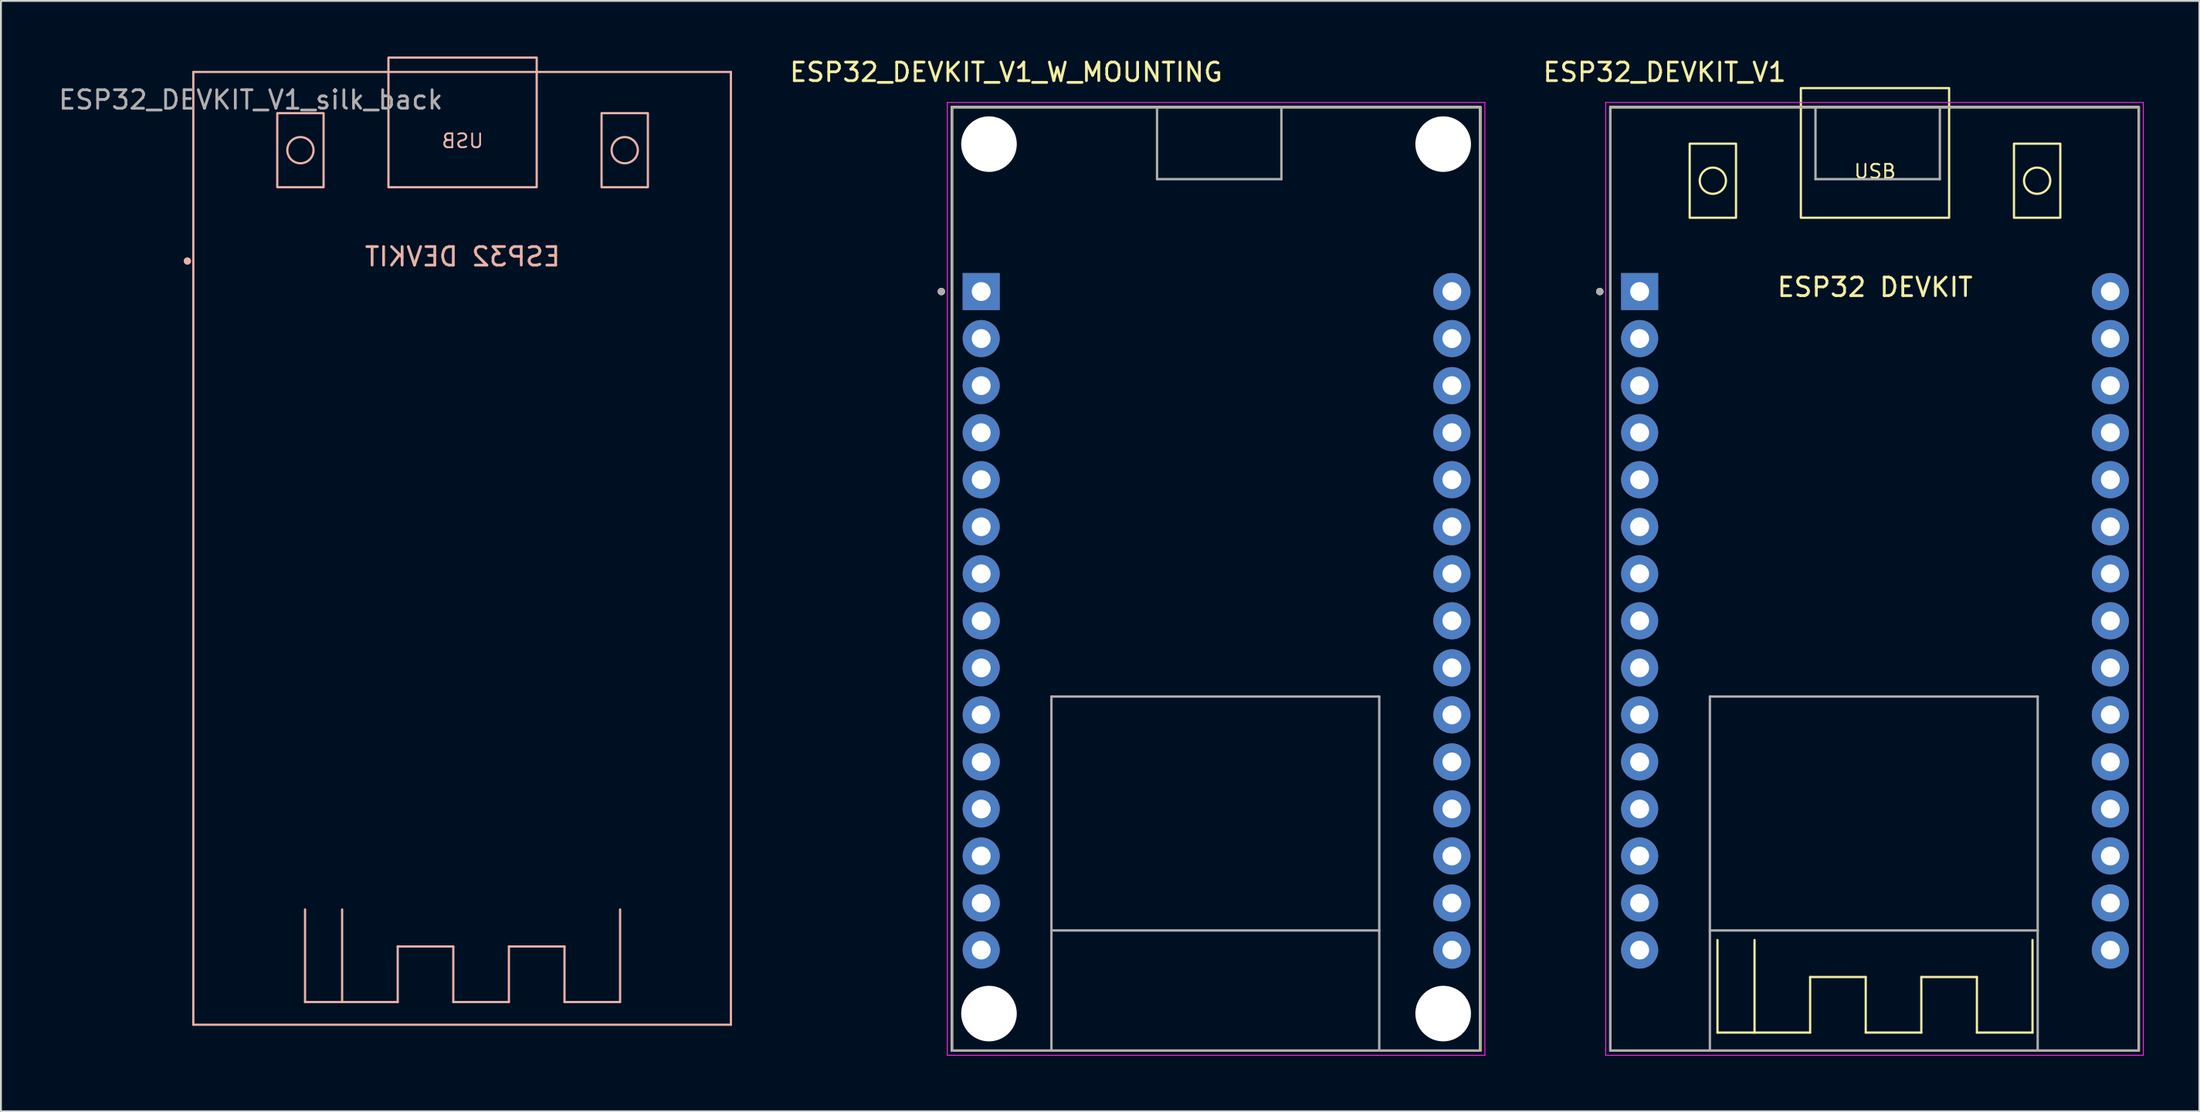
<source format=kicad_pcb>
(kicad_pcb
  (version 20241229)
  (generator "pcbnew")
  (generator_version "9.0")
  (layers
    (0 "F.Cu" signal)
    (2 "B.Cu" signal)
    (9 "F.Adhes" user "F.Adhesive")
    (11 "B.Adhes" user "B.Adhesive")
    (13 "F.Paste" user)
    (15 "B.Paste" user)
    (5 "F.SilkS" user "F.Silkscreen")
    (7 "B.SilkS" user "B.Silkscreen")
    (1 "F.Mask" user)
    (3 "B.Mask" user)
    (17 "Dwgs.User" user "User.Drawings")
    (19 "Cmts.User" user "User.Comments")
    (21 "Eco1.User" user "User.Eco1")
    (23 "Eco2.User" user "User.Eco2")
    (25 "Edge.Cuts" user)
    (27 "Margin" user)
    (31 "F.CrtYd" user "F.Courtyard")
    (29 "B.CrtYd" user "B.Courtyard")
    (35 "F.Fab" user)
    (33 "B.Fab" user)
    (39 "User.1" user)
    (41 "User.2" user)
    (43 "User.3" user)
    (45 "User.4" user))
  (footprint "ESP32_DEVKIT_V1_silk_back"
    (layer "F.Cu")
    (at 21.912 26.56)
    (property "Reference" "ESP32_DEVKIT_V1_silk_back" (at -11.43 -24.22 0) (layer "F.Fab") (effects (font (size 1 1) (thickness 0.15))))
    (attr through_hole)
    (fp_line (start -14.53 -25.725) (end -14.53 25.725) (stroke (width 0.12) (type solid)) (layer "B.SilkS"))
    (fp_line (start -14.53 25.725) (end 14.48 25.725) (stroke (width 0.12) (type solid)) (layer "B.SilkS"))
    (fp_line (start -8.5 24.5) (end -8.5 19.5) (stroke (width 0.12) (type solid)) (layer "B.SilkS"))
    (fp_line (start -6.5 24.5) (end -6.5 19.5) (stroke (width 0.12) (type solid)) (layer "B.SilkS"))
    (fp_line (start -3.5 21.5) (end -3.5 24.5) (stroke (width 0.12) (type solid)) (layer "B.SilkS"))
    (fp_line (start -3.5 24.5) (end -8.5 24.5) (stroke (width 0.12) (type solid)) (layer "B.SilkS"))
    (fp_line (start -0.5 21.5) (end -3.5 21.5) (stroke (width 0.12) (type solid)) (layer "B.SilkS"))
    (fp_line (start -0.5 24.5) (end -0.5 21.5) (stroke (width 0.12) (type solid)) (layer "B.SilkS"))
    (fp_line (start 2.5 21.5) (end 2.5 24.5) (stroke (width 0.12) (type solid)) (layer "B.SilkS"))
    (fp_line (start 2.5 24.5) (end -0.5 24.5) (stroke (width 0.12) (type solid)) (layer "B.SilkS"))
    (fp_line (start 5.5 21.5) (end 2.5 21.5) (stroke (width 0.12) (type solid)) (layer "B.SilkS"))
    (fp_line (start 5.5 24.5) (end 5.5 21.5) (stroke (width 0.12) (type solid)) (layer "B.SilkS"))
    (fp_line (start 8.5 19.5) (end 8.5 24.5) (stroke (width 0.12) (type solid)) (layer "B.SilkS"))
    (fp_line (start 8.5 24.5) (end 5.5 24.5) (stroke (width 0.12) (type solid)) (layer "B.SilkS"))
    (fp_line (start 14.48 -25.725) (end -14.53 -25.725) (stroke (width 0.12) (type solid)) (layer "B.SilkS"))
    (fp_line (start 14.48 25.725) (end 14.48 -25.725) (stroke (width 0.12) (type solid)) (layer "B.SilkS"))
    (fp_rect (start -10 -23.5) (end -7.5 -19.5) (stroke (width 0.12) (type solid)) (fill no) (layer "B.SilkS"))
    (fp_rect (start -4 -26.5) (end 4 -19.5) (stroke (width 0.12) (type solid)) (fill no) (layer "B.SilkS"))
    (fp_rect (start 7.5 -23.5) (end 10 -19.5) (stroke (width 0.12) (type solid)) (fill no) (layer "B.SilkS"))
    (fp_circle (center -14.85 -15.515) (end -14.75 -15.515) (stroke (width 0.2) (type solid)) (fill no) (layer "B.SilkS"))
    (fp_circle (center -8.75 -21.5) (end -8.043 -21.5) (stroke (width 0.12) (type solid)) (fill no) (layer "B.SilkS"))
    (fp_circle (center 8.75 -21.5) (end 9.457 -21.5) (stroke (width 0.12) (type solid)) (fill no) (layer "B.SilkS"))
    (fp_text user "ESP32 DEVKIT" (at 0 -15.75 0) (unlocked yes) (layer "B.SilkS") (effects (font (size 1 1) (thickness 0.15)) (justify mirror)))
    (fp_text user "USB" (at 0 -22 0) (unlocked yes) (layer "B.SilkS") (effects (font (size 0.75 0.75) (thickness 0.1)) (justify mirror))))
  (footprint "ESP32_DEVKIT_V1"
    (layer "F.Cu")
    (at 98.131 28.208)
    (property "Reference" "ESP32_DEVKIT_V1" (at -11.355 -27.36 0) (layer "F.SilkS") (effects (font (size 1 1) (thickness 0.15))))
    (attr through_hole)
    (fp_line (start -14.28 -25.475) (end -3.211 -25.475) (stroke (width 0.127) (type solid)) (layer "F.SilkS"))
    (fp_line (start -14.28 -25.475) (end 14.23 -25.475) (stroke (width 0.127) (type solid)) (layer "F.SilkS"))
    (fp_line (start -14.28 25.475) (end -14.28 -25.475) (stroke (width 0.127) (type solid)) (layer "F.SilkS"))
    (fp_line (start -14.28 25.475) (end -14.28 -25.475) (stroke (width 0.127) (type solid)) (layer "F.SilkS"))
    (fp_line (start -14.28 25.475) (end -8.91 25.475) (stroke (width 0.127) (type solid)) (layer "F.SilkS"))
    (fp_line (start -8.91 25.475) (end 8.78 25.475) (stroke (width 0.127) (type solid)) (layer "F.SilkS"))
    (fp_line (start -8.5 24.5) (end -8.5 19.5) (stroke (width 0.12) (type solid)) (layer "F.SilkS"))
    (fp_line (start -6.5 24.5) (end -6.5 19.5) (stroke (width 0.12) (type solid)) (layer "F.SilkS"))
    (fp_line (start -3.5 21.5) (end -3.5 24.5) (stroke (width 0.12) (type solid)) (layer "F.SilkS"))
    (fp_line (start -3.5 24.5) (end -8.5 24.5) (stroke (width 0.12) (type solid)) (layer "F.SilkS"))
    (fp_line (start -3.211 -25.475) (end 3.5 -25.475) (stroke (width 0.127) (type solid)) (layer "F.SilkS"))
    (fp_line (start -0.5 21.5) (end -3.5 21.5) (stroke (width 0.12) (type solid)) (layer "F.SilkS"))
    (fp_line (start -0.5 24.5) (end -0.5 21.5) (stroke (width 0.12) (type solid)) (layer "F.SilkS"))
    (fp_line (start 2.5 21.5) (end 2.5 24.5) (stroke (width 0.12) (type solid)) (layer "F.SilkS"))
    (fp_line (start 2.5 24.5) (end -0.5 24.5) (stroke (width 0.12) (type solid)) (layer "F.SilkS"))
    (fp_line (start 3.5 -25.475) (end 14.23 -25.475) (stroke (width 0.127) (type solid)) (layer "F.SilkS"))
    (fp_line (start 5.5 21.5) (end 2.5 21.5) (stroke (width 0.12) (type solid)) (layer "F.SilkS"))
    (fp_line (start 5.5 24.5) (end 5.5 21.5) (stroke (width 0.12) (type solid)) (layer "F.SilkS"))
    (fp_line (start 8.5 19.5) (end 8.5 24.5) (stroke (width 0.12) (type solid)) (layer "F.SilkS"))
    (fp_line (start 8.5 24.5) (end 5.5 24.5) (stroke (width 0.12) (type solid)) (layer "F.SilkS"))
    (fp_line (start 8.78 25.475) (end 14.23 25.475) (stroke (width 0.127) (type solid)) (layer "F.SilkS"))
    (fp_line (start 14.23 -25.475) (end 14.23 25.475) (stroke (width 0.127) (type solid)) (layer "F.SilkS"))
    (fp_line (start 14.23 -25.475) (end 14.23 25.475) (stroke (width 0.127) (type solid)) (layer "F.SilkS"))
    (fp_line (start 14.23 25.475) (end -14.28 25.475) (stroke (width 0.127) (type solid)) (layer "F.SilkS"))
    (fp_rect (start -10 -23.5) (end -7.5 -19.5) (stroke (width 0.12) (type solid)) (fill no) (layer "F.SilkS"))
    (fp_rect (start -4 -26.5) (end 4 -19.5) (stroke (width 0.12) (type solid)) (fill no) (layer "F.SilkS"))
    (fp_rect (start 7.5 -23.5) (end 10 -19.5) (stroke (width 0.12) (type solid)) (fill no) (layer "F.SilkS"))
    (fp_circle (center -14.85 -15.515) (end -14.75 -15.515) (stroke (width 0.2) (type solid)) (fill no) (layer "F.SilkS"))
    (fp_circle (center -8.75 -21.5) (end -8.25 -21) (stroke (width 0.12) (type solid)) (fill no) (layer "F.SilkS"))
    (fp_circle (center 8.75 -21.5) (end 9.25 -21) (stroke (width 0.12) (type solid)) (fill no) (layer "F.SilkS"))
    (fp_line (start -14.53 -25.725) (end -14.53 25.725) (stroke (width 0.05) (type solid)) (layer "F.CrtYd"))
    (fp_line (start -14.53 25.725) (end 14.48 25.725) (stroke (width 0.05) (type solid)) (layer "F.CrtYd"))
    (fp_line (start 14.48 -25.725) (end -14.53 -25.725) (stroke (width 0.05) (type solid)) (layer "F.CrtYd"))
    (fp_line (start 14.48 25.725) (end 14.48 -25.725) (stroke (width 0.05) (type solid)) (layer "F.CrtYd"))
    (fp_line (start -14.28 -25.475) (end -3.211 -25.475) (stroke (width 0.127) (type solid)) (layer "F.Fab"))
    (fp_line (start -14.28 25.475) (end -14.28 -25.475) (stroke (width 0.127) (type solid)) (layer "F.Fab"))
    (fp_line (start -14.28 25.475) (end -8.91 25.475) (stroke (width 0.127) (type solid)) (layer "F.Fab"))
    (fp_line (start -8.91 6.355) (end 8.78 6.355) (stroke (width 0.127) (type solid)) (layer "F.Fab"))
    (fp_line (start -8.91 18.985) (end -8.91 6.355) (stroke (width 0.127) (type solid)) (layer "F.Fab"))
    (fp_line (start -8.91 18.985) (end 8.78 18.985) (stroke (width 0.127) (type solid)) (layer "F.Fab"))
    (fp_line (start -8.91 25.475) (end -8.91 18.985) (stroke (width 0.127) (type solid)) (layer "F.Fab"))
    (fp_line (start -8.91 25.475) (end 8.78 25.475) (stroke (width 0.127) (type solid)) (layer "F.Fab"))
    (fp_line (start -3.211 -25.475) (end 3.5 -25.475) (stroke (width 0.127) (type solid)) (layer "F.Fab"))
    (fp_line (start -3.211 -21.585) (end -3.211 -25.475) (stroke (width 0.127) (type solid)) (layer "F.Fab"))
    (fp_line (start 3.5 -25.475) (end 3.5 -21.585) (stroke (width 0.127) (type solid)) (layer "F.Fab"))
    (fp_line (start 3.5 -25.475) (end 14.23 -25.475) (stroke (width 0.127) (type solid)) (layer "F.Fab"))
    (fp_line (start 3.5 -21.585) (end -3.211 -21.585) (stroke (width 0.127) (type solid)) (layer "F.Fab"))
    (fp_line (start 8.78 6.355) (end 8.78 18.985) (stroke (width 0.127) (type solid)) (layer "F.Fab"))
    (fp_line (start 8.78 18.985) (end 8.78 25.475) (stroke (width 0.127) (type solid)) (layer "F.Fab"))
    (fp_line (start 8.78 25.475) (end 14.23 25.475) (stroke (width 0.127) (type solid)) (layer "F.Fab"))
    (fp_line (start 14.23 -25.475) (end 14.23 25.475) (stroke (width 0.127) (type solid)) (layer "F.Fab"))
    (fp_circle (center -14.85 -15.515) (end -14.75 -15.515) (stroke (width 0.2) (type solid)) (fill no) (layer "F.Fab"))
    (fp_text user "USB" (at 0 -22 0) (unlocked yes) (layer "F.SilkS") (effects (font (size 0.75 0.75) (thickness 0.1))))
    (fp_text user "ESP32 DEVKIT" (at 0 -15.75 0) (unlocked yes) (layer "F.SilkS") (effects (font (size 1 1) (thickness 0.15))))
    (pad "1" thru_hole rect (at -12.7 -15.515) (size 2 2) (drill 1.02) (layers "*.Cu" "*.Mask"))
    (pad "2" thru_hole circle (at -12.7 -12.975) (size 2 2) (drill 1.02) (layers "*.Cu" "*.Mask"))
    (pad "3" thru_hole circle (at -12.7 -10.435) (size 2 2) (drill 1.02) (layers "*.Cu" "*.Mask"))
    (pad "4" thru_hole circle (at -12.7 -7.895) (size 2 2) (drill 1.02) (layers "*.Cu" "*.Mask"))
    (pad "5" thru_hole circle (at -12.7 -5.355) (size 2 2) (drill 1.02) (layers "*.Cu" "*.Mask"))
    (pad "6" thru_hole circle (at -12.7 -2.815) (size 2 2) (drill 1.02) (layers "*.Cu" "*.Mask"))
    (pad "7" thru_hole circle (at -12.7 -0.275) (size 2 2) (drill 1.02) (layers "*.Cu" "*.Mask"))
    (pad "8" thru_hole circle (at -12.7 2.265) (size 2 2) (drill 1.02) (layers "*.Cu" "*.Mask"))
    (pad "9" thru_hole circle (at -12.7 4.805) (size 2 2) (drill 1.02) (layers "*.Cu" "*.Mask"))
    (pad "10" thru_hole circle (at -12.7 7.345) (size 2 2) (drill 1.02) (layers "*.Cu" "*.Mask"))
    (pad "11" thru_hole circle (at -12.7 9.885) (size 2 2) (drill 1.02) (layers "*.Cu" "*.Mask"))
    (pad "12" thru_hole circle (at -12.7 12.425) (size 2 2) (drill 1.02) (layers "*.Cu" "*.Mask"))
    (pad "13" thru_hole circle (at -12.7 14.965) (size 2 2) (drill 1.02) (layers "*.Cu" "*.Mask"))
    (pad "14" thru_hole circle (at -12.7 17.505) (size 2 2) (drill 1.02) (layers "*.Cu" "*.Mask"))
    (pad "15" thru_hole circle (at -12.7 20.045) (size 2 2) (drill 1.02) (layers "*.Cu" "*.Mask"))
    (pad "16" thru_hole circle (at 12.7 20.045) (size 2 2) (drill 1.02) (layers "*.Cu" "*.Mask"))
    (pad "17" thru_hole circle (at 12.7 17.505) (size 2 2) (drill 1.02) (layers "*.Cu" "*.Mask"))
    (pad "18" thru_hole circle (at 12.7 14.965) (size 2 2) (drill 1.02) (layers "*.Cu" "*.Mask"))
    (pad "19" thru_hole circle (at 12.7 12.425) (size 2 2) (drill 1.02) (layers "*.Cu" "*.Mask"))
    (pad "20" thru_hole circle (at 12.7 9.885) (size 2 2) (drill 1.02) (layers "*.Cu" "*.Mask"))
    (pad "21" thru_hole circle (at 12.7 7.345) (size 2 2) (drill 1.02) (layers "*.Cu" "*.Mask"))
    (pad "22" thru_hole circle (at 12.7 4.805) (size 2 2) (drill 1.02) (layers "*.Cu" "*.Mask"))
    (pad "23" thru_hole circle (at 12.7 2.265) (size 2 2) (drill 1.02) (layers "*.Cu" "*.Mask"))
    (pad "24" thru_hole circle (at 12.7 -0.275) (size 2 2) (drill 1.02) (layers "*.Cu" "*.Mask"))
    (pad "25" thru_hole circle (at 12.7 -2.815) (size 2 2) (drill 1.02) (layers "*.Cu" "*.Mask"))
    (pad "26" thru_hole circle (at 12.7 -5.355) (size 2 2) (drill 1.02) (layers "*.Cu" "*.Mask"))
    (pad "27" thru_hole circle (at 12.7 -7.895) (size 2 2) (drill 1.02) (layers "*.Cu" "*.Mask"))
    (pad "28" thru_hole circle (at 12.7 -10.435) (size 2 2) (drill 1.02) (layers "*.Cu" "*.Mask"))
    (pad "29" thru_hole circle (at 12.7 -12.975) (size 2 2) (drill 1.02) (layers "*.Cu" "*.Mask"))
    (pad "30" thru_hole circle (at 12.7 -15.515) (size 2 2) (drill 1.02) (layers "*.Cu" "*.Mask")))
  (footprint "ESP32_DEVKIT_V1_W_MOUNTING"
    (layer "F.Cu")
    (at 62.599 28.208)
    (property "Reference" "ESP32_DEVKIT_V1_W_MOUNTING" (at -11.355 -27.36 0) (layer "F.SilkS") (effects (font (size 1 1) (thickness 0.15))))
    (attr through_hole)
    (fp_line (start -14.28 -25.475) (end -3.211 -25.475) (stroke (width 0.127) (type solid)) (layer "F.SilkS"))
    (fp_line (start -14.28 -25.475) (end 14.23 -25.475) (stroke (width 0.127) (type solid)) (layer "F.SilkS"))
    (fp_line (start -14.28 25.475) (end -14.28 -25.475) (stroke (width 0.127) (type solid)) (layer "F.SilkS"))
    (fp_line (start -14.28 25.475) (end -14.28 -25.475) (stroke (width 0.127) (type solid)) (layer "F.SilkS"))
    (fp_line (start -14.28 25.475) (end -8.91 25.475) (stroke (width 0.127) (type solid)) (layer "F.SilkS"))
    (fp_line (start -8.91 25.475) (end 8.78 25.475) (stroke (width 0.127) (type solid)) (layer "F.SilkS"))
    (fp_line (start -3.211 -25.475) (end 3.5 -25.475) (stroke (width 0.127) (type solid)) (layer "F.SilkS"))
    (fp_line (start 3.5 -25.475) (end 14.23 -25.475) (stroke (width 0.127) (type solid)) (layer "F.SilkS"))
    (fp_line (start 8.78 25.475) (end 14.23 25.475) (stroke (width 0.127) (type solid)) (layer "F.SilkS"))
    (fp_line (start 14.23 -25.475) (end 14.23 25.475) (stroke (width 0.127) (type solid)) (layer "F.SilkS"))
    (fp_line (start 14.23 -25.475) (end 14.23 25.475) (stroke (width 0.127) (type solid)) (layer "F.SilkS"))
    (fp_line (start 14.23 25.475) (end -14.28 25.475) (stroke (width 0.127) (type solid)) (layer "F.SilkS"))
    (fp_circle (center -14.85 -15.515) (end -14.75 -15.515) (stroke (width 0.2) (type solid)) (fill no) (layer "F.SilkS"))
    (fp_line (start -14.53 -25.725) (end -14.53 25.725) (stroke (width 0.05) (type solid)) (layer "F.CrtYd"))
    (fp_line (start -14.53 25.725) (end 14.48 25.725) (stroke (width 0.05) (type solid)) (layer "F.CrtYd"))
    (fp_line (start 14.48 -25.725) (end -14.53 -25.725) (stroke (width 0.05) (type solid)) (layer "F.CrtYd"))
    (fp_line (start 14.48 25.725) (end 14.48 -25.725) (stroke (width 0.05) (type solid)) (layer "F.CrtYd"))
    (fp_line (start -14.28 -25.475) (end -3.211 -25.475) (stroke (width 0.127) (type solid)) (layer "F.Fab"))
    (fp_line (start -14.28 25.475) (end -14.28 -25.475) (stroke (width 0.127) (type solid)) (layer "F.Fab"))
    (fp_line (start -14.28 25.475) (end -8.91 25.475) (stroke (width 0.127) (type solid)) (layer "F.Fab"))
    (fp_line (start -8.91 6.355) (end 8.78 6.355) (stroke (width 0.127) (type solid)) (layer "F.Fab"))
    (fp_line (start -8.91 18.985) (end -8.91 6.355) (stroke (width 0.127) (type solid)) (layer "F.Fab"))
    (fp_line (start -8.91 18.985) (end 8.78 18.985) (stroke (width 0.127) (type solid)) (layer "F.Fab"))
    (fp_line (start -8.91 25.475) (end -8.91 18.985) (stroke (width 0.127) (type solid)) (layer "F.Fab"))
    (fp_line (start -8.91 25.475) (end 8.78 25.475) (stroke (width 0.127) (type solid)) (layer "F.Fab"))
    (fp_line (start -3.211 -25.475) (end 3.5 -25.475) (stroke (width 0.127) (type solid)) (layer "F.Fab"))
    (fp_line (start -3.211 -21.585) (end -3.211 -25.475) (stroke (width 0.127) (type solid)) (layer "F.Fab"))
    (fp_line (start 3.5 -25.475) (end 3.5 -21.585) (stroke (width 0.127) (type solid)) (layer "F.Fab"))
    (fp_line (start 3.5 -25.475) (end 14.23 -25.475) (stroke (width 0.127) (type solid)) (layer "F.Fab"))
    (fp_line (start 3.5 -21.585) (end -3.211 -21.585) (stroke (width 0.127) (type solid)) (layer "F.Fab"))
    (fp_line (start 8.78 6.355) (end 8.78 18.985) (stroke (width 0.127) (type solid)) (layer "F.Fab"))
    (fp_line (start 8.78 18.985) (end 8.78 25.475) (stroke (width 0.127) (type solid)) (layer "F.Fab"))
    (fp_line (start 8.78 25.475) (end 14.23 25.475) (stroke (width 0.127) (type solid)) (layer "F.Fab"))
    (fp_line (start 14.23 -25.475) (end 14.23 25.475) (stroke (width 0.127) (type solid)) (layer "F.Fab"))
    (fp_circle (center -14.85 -15.515) (end -14.75 -15.515) (stroke (width 0.2) (type solid)) (fill no) (layer "F.Fab"))
    (pad "" np_thru_hole circle (at -12.28 -23.475) (size 3 3) (drill 3) (layers "*.Cu" "*.Mask"))
    (pad "" np_thru_hole circle (at -12.28 23.475) (size 3 3) (drill 3) (layers "*.Cu" "*.Mask"))
    (pad "" np_thru_hole circle (at 12.23 -23.475) (size 3 3) (drill 3) (layers "*.Cu" "*.Mask"))
    (pad "" np_thru_hole circle (at 12.23 23.475) (size 3 3) (drill 3) (layers "*.Cu" "*.Mask"))
    (pad "1" thru_hole rect (at -12.7 -15.515) (size 2 2) (drill 1.02) (layers "*.Cu" "*.Mask"))
    (pad "2" thru_hole circle (at -12.7 -12.975) (size 2 2) (drill 1.02) (layers "*.Cu" "*.Mask"))
    (pad "3" thru_hole circle (at -12.7 -10.435) (size 2 2) (drill 1.02) (layers "*.Cu" "*.Mask"))
    (pad "4" thru_hole circle (at -12.7 -7.895) (size 2 2) (drill 1.02) (layers "*.Cu" "*.Mask"))
    (pad "5" thru_hole circle (at -12.7 -5.355) (size 2 2) (drill 1.02) (layers "*.Cu" "*.Mask"))
    (pad "6" thru_hole circle (at -12.7 -2.815) (size 2 2) (drill 1.02) (layers "*.Cu" "*.Mask"))
    (pad "7" thru_hole circle (at -12.7 -0.275) (size 2 2) (drill 1.02) (layers "*.Cu" "*.Mask"))
    (pad "8" thru_hole circle (at -12.7 2.265) (size 2 2) (drill 1.02) (layers "*.Cu" "*.Mask"))
    (pad "9" thru_hole circle (at -12.7 4.805) (size 2 2) (drill 1.02) (layers "*.Cu" "*.Mask"))
    (pad "10" thru_hole circle (at -12.7 7.345) (size 2 2) (drill 1.02) (layers "*.Cu" "*.Mask"))
    (pad "11" thru_hole circle (at -12.7 9.885) (size 2 2) (drill 1.02) (layers "*.Cu" "*.Mask"))
    (pad "12" thru_hole circle (at -12.7 12.425) (size 2 2) (drill 1.02) (layers "*.Cu" "*.Mask"))
    (pad "13" thru_hole circle (at -12.7 14.965) (size 2 2) (drill 1.02) (layers "*.Cu" "*.Mask"))
    (pad "14" thru_hole circle (at -12.7 17.505) (size 2 2) (drill 1.02) (layers "*.Cu" "*.Mask"))
    (pad "15" thru_hole circle (at -12.7 20.045) (size 2 2) (drill 1.02) (layers "*.Cu" "*.Mask"))
    (pad "16" thru_hole circle (at 12.7 20.045) (size 2 2) (drill 1.02) (layers "*.Cu" "*.Mask"))
    (pad "17" thru_hole circle (at 12.7 17.505) (size 2 2) (drill 1.02) (layers "*.Cu" "*.Mask"))
    (pad "18" thru_hole circle (at 12.7 14.965) (size 2 2) (drill 1.02) (layers "*.Cu" "*.Mask"))
    (pad "19" thru_hole circle (at 12.7 12.425) (size 2 2) (drill 1.02) (layers "*.Cu" "*.Mask"))
    (pad "20" thru_hole circle (at 12.7 9.885) (size 2 2) (drill 1.02) (layers "*.Cu" "*.Mask"))
    (pad "21" thru_hole circle (at 12.7 7.345) (size 2 2) (drill 1.02) (layers "*.Cu" "*.Mask"))
    (pad "22" thru_hole circle (at 12.7 4.805) (size 2 2) (drill 1.02) (layers "*.Cu" "*.Mask"))
    (pad "23" thru_hole circle (at 12.7 2.265) (size 2 2) (drill 1.02) (layers "*.Cu" "*.Mask"))
    (pad "24" thru_hole circle (at 12.7 -0.275) (size 2 2) (drill 1.02) (layers "*.Cu" "*.Mask"))
    (pad "25" thru_hole circle (at 12.7 -2.815) (size 2 2) (drill 1.02) (layers "*.Cu" "*.Mask"))
    (pad "26" thru_hole circle (at 12.7 -5.355) (size 2 2) (drill 1.02) (layers "*.Cu" "*.Mask"))
    (pad "27" thru_hole circle (at 12.7 -7.895) (size 2 2) (drill 1.02) (layers "*.Cu" "*.Mask"))
    (pad "28" thru_hole circle (at 12.7 -10.435) (size 2 2) (drill 1.02) (layers "*.Cu" "*.Mask"))
    (pad "29" thru_hole circle (at 12.7 -12.975) (size 2 2) (drill 1.02) (layers "*.Cu" "*.Mask"))
    (pad "30" thru_hole circle (at 12.7 -15.515) (size 2 2) (drill 1.02) (layers "*.Cu" "*.Mask"))
    (zone (net_name "") (layer "F.Cu") (hatch full 0.508) (connect_pads) (min_thickness 0.01) (filled_areas_thickness no) (keepout (tracks not_allowed) (vias not_allowed) (pads not_allowed) (copperpour not_allowed) (footprints allowed)) (placement (enabled no)) (fill) (polygon (pts (xy 53.689 47.193) (xy 71.379 47.193) (xy 71.379 53.683) (xy 53.689 53.683))))
    (zone (net_name "") (layers "F.Cu" "B.Cu") (hatch full 0.508) (connect_pads) (min_thickness 0.01) (filled_areas_thickness no) (keepout (tracks allowed) (vias not_allowed) (pads allowed) (copperpour allowed) (footprints allowed)) (placement (enabled no)) (fill) (polygon (pts (xy 53.689 47.193) (xy 71.379 47.193) (xy 71.379 53.683) (xy 53.689 53.683))))
    (zone (net_name "") (layer "B.Cu") (hatch full 0.508) (connect_pads) (min_thickness 0.01) (filled_areas_thickness no) (keepout (tracks not_allowed) (vias not_allowed) (pads not_allowed) (copperpour not_allowed) (footprints allowed)) (placement (enabled no)) (fill) (polygon (pts (xy 53.689 47.193) (xy 71.379 47.193) (xy 71.379 53.683) (xy 53.689 53.683)))))
  (gr_rect
    (start -3 -3)
    (end 115.636 56.958)
    (stroke (width 0.1) (type default))
    (fill no)
    (layer "Edge.Cuts")))
</source>
